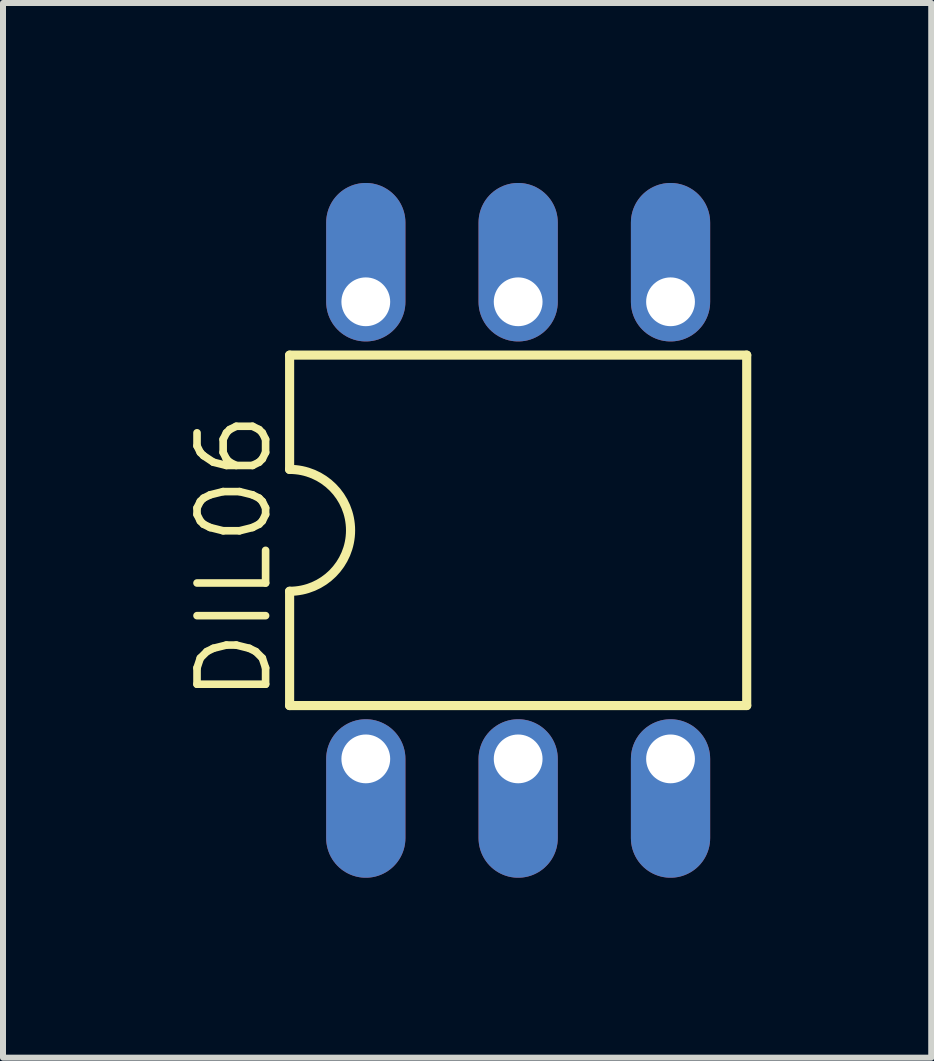
<source format=kicad_pcb>
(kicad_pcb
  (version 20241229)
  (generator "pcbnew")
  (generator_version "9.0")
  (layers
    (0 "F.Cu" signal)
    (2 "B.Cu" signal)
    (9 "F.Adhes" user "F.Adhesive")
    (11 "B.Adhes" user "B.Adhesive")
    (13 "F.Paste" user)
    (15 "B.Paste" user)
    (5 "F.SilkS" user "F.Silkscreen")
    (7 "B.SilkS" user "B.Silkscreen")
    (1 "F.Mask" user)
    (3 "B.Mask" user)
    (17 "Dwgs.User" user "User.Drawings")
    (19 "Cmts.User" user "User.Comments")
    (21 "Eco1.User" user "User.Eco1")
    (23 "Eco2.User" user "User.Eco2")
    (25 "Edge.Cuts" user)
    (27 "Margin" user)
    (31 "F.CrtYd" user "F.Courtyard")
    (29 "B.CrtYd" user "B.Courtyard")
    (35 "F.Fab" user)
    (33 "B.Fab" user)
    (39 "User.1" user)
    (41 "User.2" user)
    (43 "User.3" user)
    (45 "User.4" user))
  (footprint "DIL06"
    (layer "F.Cu")
    (at 5.588 5.791)
    (property "Reference" "DIL06" (at -4.064 2.921 90) (layer "F.SilkS") (effects (font (size 1.143 1.143) (thickness 0.127)) (justify left bottom)))
    (fp_line (start -3.81 -2.921) (end -3.81 -1.016) (stroke (width 0.152) (type solid)) (layer "F.SilkS"))
    (fp_line (start -3.81 2.921) (end -3.81 1.016) (stroke (width 0.152) (type solid)) (layer "F.SilkS"))
    (fp_line (start -3.81 2.921) (end 3.81 2.921) (stroke (width 0.152) (type solid)) (layer "F.SilkS"))
    (fp_line (start 3.81 -2.921) (end -3.81 -2.921) (stroke (width 0.152) (type solid)) (layer "F.SilkS"))
    (fp_line (start 3.81 -2.921) (end 3.81 2.921) (stroke (width 0.152) (type solid)) (layer "F.SilkS"))
    (fp_arc (start -3.81 -1.016) (mid -2.794 0) (end -3.81 1.016) (stroke (width 0.1524) (type solid)) (layer "F.SilkS"))
    (pad "1" thru_hole oval (at -2.54 3.81 270) (size 2.642 1.321) (drill 0.813 (offset 0.66 0)) (layers "*.Cu" "*.Mask"))
    (pad "2" thru_hole oval (at 0 3.81 270) (size 2.642 1.321) (drill 0.813 (offset 0.66 0)) (layers "*.Cu" "*.Mask"))
    (pad "3" thru_hole oval (at 2.54 3.81 270) (size 2.642 1.321) (drill 0.813 (offset 0.66 0)) (layers "*.Cu" "*.Mask"))
    (pad "4" thru_hole oval (at 2.54 -3.81 90) (size 2.642 1.321) (drill 0.813 (offset 0.66 0)) (layers "*.Cu" "*.Mask"))
    (pad "5" thru_hole oval (at 0 -3.81 90) (size 2.642 1.321) (drill 0.813 (offset 0.66 0)) (layers "*.Cu" "*.Mask"))
    (pad "6" thru_hole oval (at -2.54 -3.81 90) (size 2.642 1.321) (drill 0.813 (offset 0.66 0)) (layers "*.Cu" "*.Mask")))
  (gr_rect
    (start -3 -3)
    (end 12.474 14.582)
    (stroke (width 0.1) (type default))
    (fill no)
    (layer "Edge.Cuts")))
</source>
